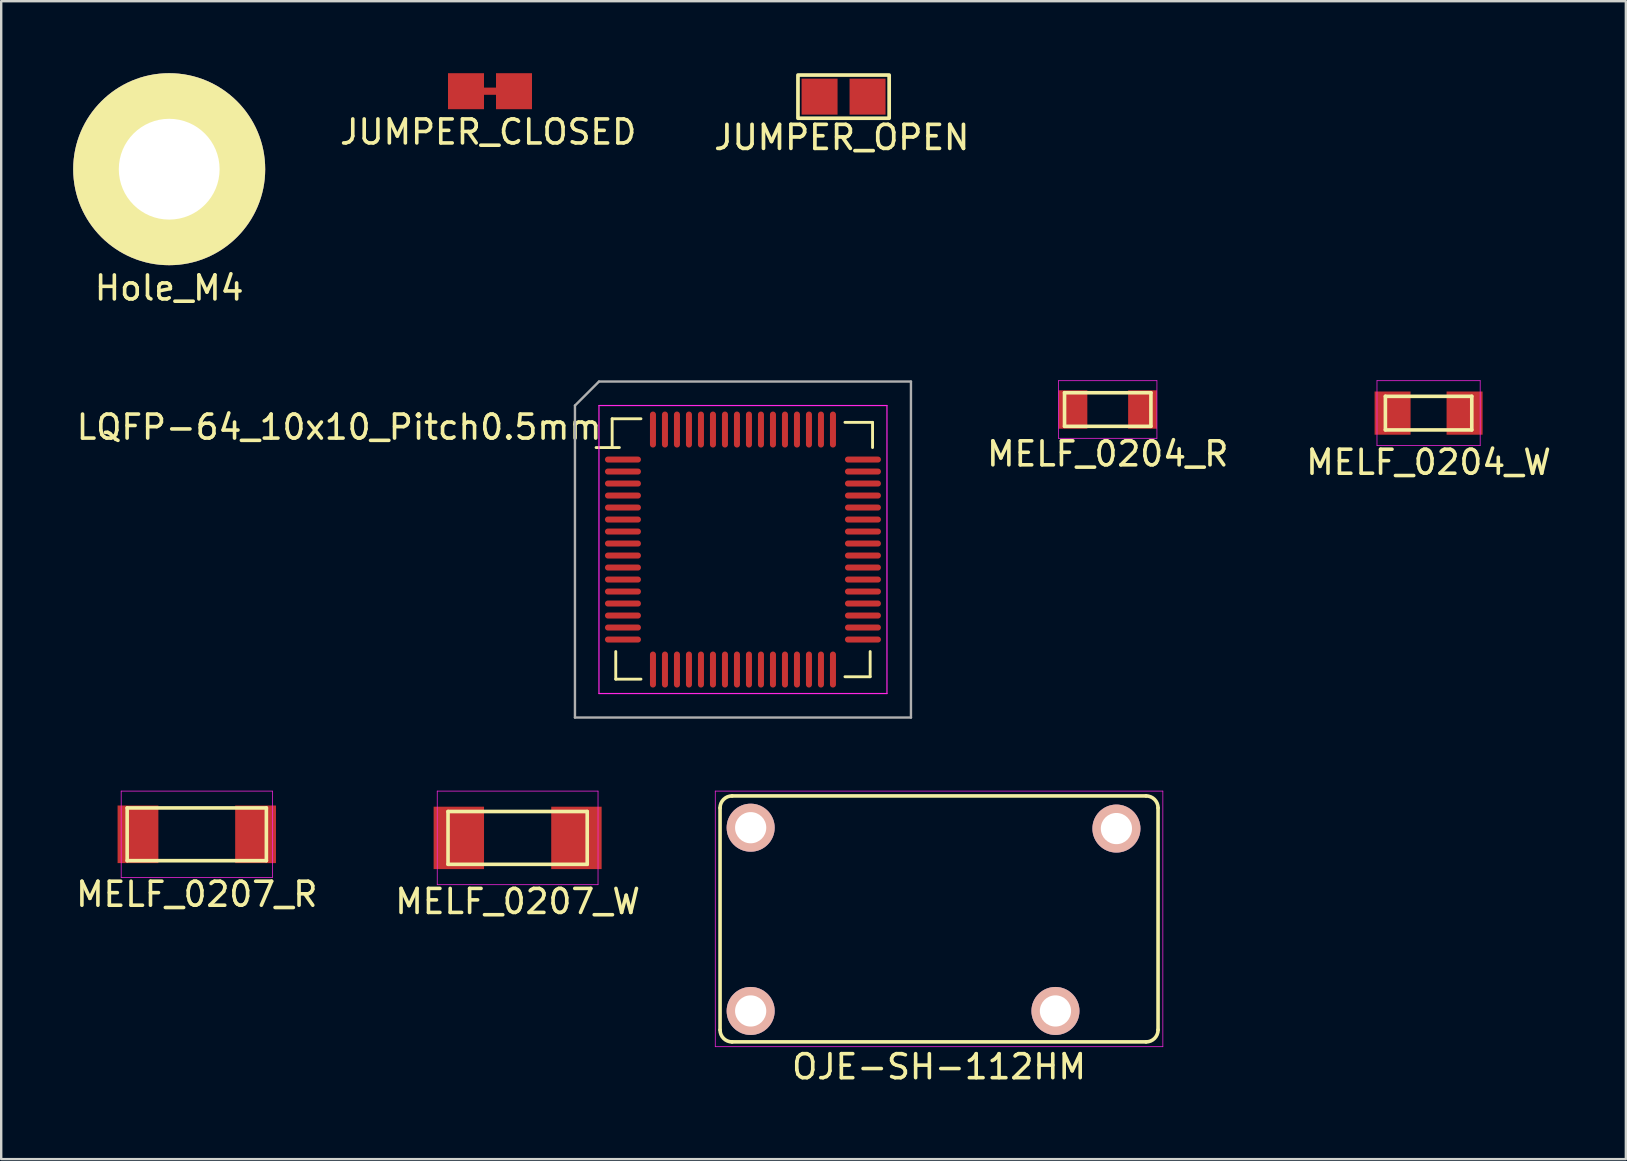
<source format=kicad_pcb>
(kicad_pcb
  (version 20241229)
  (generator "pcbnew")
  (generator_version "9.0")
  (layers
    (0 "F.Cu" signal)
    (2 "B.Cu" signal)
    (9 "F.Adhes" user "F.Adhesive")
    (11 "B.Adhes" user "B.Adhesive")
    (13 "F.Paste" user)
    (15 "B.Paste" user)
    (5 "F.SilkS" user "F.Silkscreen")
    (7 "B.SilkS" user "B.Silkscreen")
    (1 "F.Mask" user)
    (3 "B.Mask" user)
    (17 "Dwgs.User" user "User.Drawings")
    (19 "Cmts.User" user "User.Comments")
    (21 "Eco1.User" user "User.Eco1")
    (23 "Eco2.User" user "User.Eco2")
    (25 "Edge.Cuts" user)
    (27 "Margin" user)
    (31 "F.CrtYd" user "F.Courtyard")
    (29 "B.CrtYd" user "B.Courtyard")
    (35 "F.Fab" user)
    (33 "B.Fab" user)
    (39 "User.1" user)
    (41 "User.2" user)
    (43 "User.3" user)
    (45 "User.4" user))
  (footprint "MELF_0204_W"
    (layer "F.Cu")
    (at 56.475 14.163)
    (property "Reference" "MELF_0204_W" (at 0 2.05 0) (layer "F.SilkS") (effects (font (size 1 1) (thickness 0.15))))
    (attr smd)
    (fp_line (start -1.8 -0.7) (end 1.8 -0.7) (stroke (width 0.15) (type solid)) (layer "F.SilkS"))
    (fp_line (start -1.8 0.7) (end -1.8 -0.7) (stroke (width 0.15) (type solid)) (layer "F.SilkS"))
    (fp_line (start 1.8 -0.7) (end 1.8 0.7) (stroke (width 0.15) (type solid)) (layer "F.SilkS"))
    (fp_line (start 1.8 0.7) (end -1.8 0.7) (stroke (width 0.15) (type solid)) (layer "F.SilkS"))
    (fp_line (start -2.15 -1.35) (end -2.15 1.35) (stroke (width 0.03) (type solid)) (layer "F.CrtYd"))
    (fp_line (start -2.15 1.35) (end 2.15 1.35) (stroke (width 0.03) (type solid)) (layer "F.CrtYd"))
    (fp_line (start 2.15 -1.35) (end -2.15 -1.35) (stroke (width 0.03) (type solid)) (layer "F.CrtYd"))
    (fp_line (start 2.15 1.35) (end 2.15 -1.35) (stroke (width 0.03) (type solid)) (layer "F.CrtYd"))
    (pad "1" smd rect (at -1.5 0) (size 1.5 1.8) (layers "F.Cu" "F.Mask" "F.Paste"))
    (pad "2" smd rect (at 1.5 0) (size 1.5 1.8) (layers "F.Cu" "F.Mask" "F.Paste")))
  (footprint "MELF_0204_R"
    (layer "F.Cu")
    (at 43.106 14.013)
    (property "Reference" "MELF_0204_R" (at 0 1.85 0) (layer "F.SilkS") (effects (font (size 1 1) (thickness 0.15))))
    (attr smd)
    (fp_line (start -1.8 -0.7) (end 1.8 -0.7) (stroke (width 0.15) (type solid)) (layer "F.SilkS"))
    (fp_line (start -1.8 0.7) (end -1.8 -0.7) (stroke (width 0.15) (type solid)) (layer "F.SilkS"))
    (fp_line (start 1.8 -0.7) (end 1.8 0.7) (stroke (width 0.15) (type solid)) (layer "F.SilkS"))
    (fp_line (start 1.8 0.7) (end -1.8 0.7) (stroke (width 0.15) (type solid)) (layer "F.SilkS"))
    (fp_line (start -2.05 1.2) (end -2.05 -1.2) (stroke (width 0.03) (type solid)) (layer "F.CrtYd"))
    (fp_line (start -2.05 1.2) (end 2.05 1.2) (stroke (width 0.03) (type solid)) (layer "F.CrtYd"))
    (fp_line (start 2.05 -1.2) (end -2.05 -1.2) (stroke (width 0.03) (type solid)) (layer "F.CrtYd"))
    (fp_line (start 2.05 -1.2) (end 2.05 1.2) (stroke (width 0.03) (type solid)) (layer "F.CrtYd"))
    (pad "1" smd rect (at -1.45 0) (size 1.2 1.6) (layers "F.Cu" "F.Mask" "F.Paste"))
    (pad "2" smd rect (at 1.45 0) (size 1.2 1.6) (layers "F.Cu" "F.Mask" "F.Paste")))
  (footprint "MELF_0207_R"
    (layer "F.Cu")
    (at 5.149 31.713)
    (property "Reference" "MELF_0207_R" (at 0 2.5 0) (layer "F.SilkS") (effects (font (size 1 1) (thickness 0.15))))
    (attr smd)
    (fp_line (start -2.9 -1.1) (end 2.9 -1.1) (stroke (width 0.15) (type solid)) (layer "F.SilkS"))
    (fp_line (start -2.9 1.1) (end -2.9 -1.1) (stroke (width 0.15) (type solid)) (layer "F.SilkS"))
    (fp_line (start 2.9 -1.1) (end 2.9 1.1) (stroke (width 0.15) (type solid)) (layer "F.SilkS"))
    (fp_line (start 2.9 1.1) (end -2.9 1.1) (stroke (width 0.15) (type solid)) (layer "F.SilkS"))
    (fp_line (start -3.15 -1.8) (end -3.15 1.8) (stroke (width 0.03) (type solid)) (layer "F.CrtYd"))
    (fp_line (start -3.15 1.8) (end 3.15 1.8) (stroke (width 0.03) (type solid)) (layer "F.CrtYd"))
    (fp_line (start 3.15 -1.8) (end -3.15 -1.8) (stroke (width 0.03) (type solid)) (layer "F.CrtYd"))
    (fp_line (start 3.15 1.8) (end 3.15 -1.8) (stroke (width 0.03) (type solid)) (layer "F.CrtYd"))
    (pad "1" smd rect (at -2.45 0) (size 1.7 2.4) (layers "F.Cu" "F.Mask" "F.Paste"))
    (pad "2" smd rect (at 2.45 0) (size 1.7 2.4) (layers "F.Cu" "F.Mask" "F.Paste")))
  (footprint "OJE-SH-112HM"
    (layer "F.Cu")
    (at 36.078 35.274)
    (property "Reference" "OJE-SH-112HM" (at 0 6.125 0) (layer "F.SilkS") (effects (font (size 1 1) (thickness 0.15))))
    (attr through_hole)
    (fp_line (start -9.125 -4.661) (end -9.125 4.589) (stroke (width 0.15) (type solid)) (layer "F.SilkS"))
    (fp_line (start -8.625 5.089) (end 8.625 5.089) (stroke (width 0.15) (type solid)) (layer "F.SilkS"))
    (fp_line (start 8.625 -5.161) (end -8.625 -5.161) (stroke (width 0.15) (type solid)) (layer "F.SilkS"))
    (fp_line (start 9.125 4.589) (end 9.125 -4.661) (stroke (width 0.15) (type solid)) (layer "F.SilkS"))
    (fp_arc (start -9.125 -4.660676) (mid -8.978553 -5.014229) (end -8.625 -5.160676) (stroke (width 0.15) (type solid)) (layer "F.SilkS"))
    (fp_arc (start -8.625 5.089324) (mid -8.978553 4.942877) (end -9.125 4.589324) (stroke (width 0.15) (type solid)) (layer "F.SilkS"))
    (fp_arc (start 8.625 -5.160676) (mid 8.978553 -5.014229) (end 9.125 -4.660676) (stroke (width 0.15) (type solid)) (layer "F.SilkS"))
    (fp_arc (start 9.125 4.589324) (mid 8.978553 4.942877) (end 8.625 5.089324) (stroke (width 0.15) (type solid)) (layer "F.SilkS"))
    (fp_line (start -9.325 -5.361) (end -9.325 5.289) (stroke (width 0.03) (type solid)) (layer "F.CrtYd"))
    (fp_line (start -9.325 5.289) (end 9.325 5.289) (stroke (width 0.03) (type solid)) (layer "F.CrtYd"))
    (fp_line (start 9.325 -5.361) (end -9.325 -5.361) (stroke (width 0.03) (type solid)) (layer "F.CrtYd"))
    (fp_line (start 9.325 5.289) (end 9.325 -5.361) (stroke (width 0.03) (type solid)) (layer "F.CrtYd"))
    (pad "13" thru_hole circle (at 4.85 3.8) (size 2 2) (drill 1.3) (layers "*.Cu" "*.Mask" "B.SilkS"))
    (pad "14" thru_hole circle (at 7.39 -3.8) (size 2 2) (drill 1.3) (layers "*.Cu" "*.Mask" "B.SilkS"))
    (pad "A1" thru_hole circle (at -7.85 3.8) (size 2 2) (drill 1.3) (layers "*.Cu" "*.Mask" "B.SilkS"))
    (pad "A2" thru_hole circle (at -7.85 -3.836) (size 2 2) (drill 1.3) (layers "*.Cu" "*.Mask" "B.SilkS")))
  (footprint "JUMPER_OPEN"
    (layer "F.Cu")
    (at 32.099 0.977)
    (property "Reference" "JUMPER_OPEN" (at -0.075 1.7 0) (layer "F.SilkS") (effects (font (size 1 1) (thickness 0.154))))
    (attr exclude_from_pos_files exclude_from_bom)
    (fp_rect (start -1.9 -0.9) (end 1.9 0.9) (stroke (width 0.154) (type default)) (fill no) (layer "F.SilkS"))
    (pad "1" smd rect (at -1 0) (size 1.5 1.5) (layers "F.Cu" "F.Mask" "F.Paste"))
    (pad "2" smd rect (at 1 0) (size 1.5 1.5) (layers "F.Cu" "F.Mask" "F.Paste")))
  (footprint "LQFP-64_10x10_Pitch0.5mm"
    (layer "F.Cu")
    (at 27.907 19.848)
    (property "Reference" "LQFP-64_10x10_Pitch0.5mm" (at -5.8 -5.1 0) (layer "F.SilkS") (effects (font (size 1 1) (thickness 0.15)) (justify right)))
    (attr smd)
    (fp_line (start -6.12 -4.25) (end -5.15 -4.25) (stroke (width 0.12) (type solid)) (layer "F.SilkS"))
    (fp_line (start -5.45 -5.45) (end -5.45 -4.25) (stroke (width 0.12) (type solid)) (layer "F.SilkS"))
    (fp_line (start -5.3 5.4) (end -5.3 4.25) (stroke (width 0.12) (type solid)) (layer "F.SilkS"))
    (fp_line (start -4.25 -5.45) (end -5.45 -5.45) (stroke (width 0.12) (type solid)) (layer "F.SilkS"))
    (fp_line (start -4.25 5.4) (end -5.3 5.4) (stroke (width 0.12) (type solid)) (layer "F.SilkS"))
    (fp_line (start 4.25 -5.3) (end 5.4 -5.3) (stroke (width 0.12) (type solid)) (layer "F.SilkS"))
    (fp_line (start 4.25 5.3) (end 5.3 5.3) (stroke (width 0.12) (type solid)) (layer "F.SilkS"))
    (fp_line (start 5.3 5.3) (end 5.3 4.25) (stroke (width 0.12) (type solid)) (layer "F.SilkS"))
    (fp_line (start 5.4 -5.3) (end 5.4 -4.25) (stroke (width 0.12) (type solid)) (layer "F.SilkS"))
    (fp_line (start -6 -6) (end 6 -6) (stroke (width 0.05) (type solid)) (layer "F.CrtYd"))
    (fp_line (start -6 6) (end -6 -6) (stroke (width 0.05) (type solid)) (layer "F.CrtYd"))
    (fp_line (start 6 -6) (end 6 6) (stroke (width 0.05) (type solid)) (layer "F.CrtYd"))
    (fp_line (start 6 6) (end -6 6) (stroke (width 0.05) (type solid)) (layer "F.CrtYd"))
    (fp_line (start -7 -6) (end -7 7) (stroke (width 0.1) (type solid)) (layer "F.Fab"))
    (fp_line (start -7 7) (end 7 7) (stroke (width 0.1) (type solid)) (layer "F.Fab"))
    (fp_line (start -6 -7) (end -7 -6) (stroke (width 0.1) (type solid)) (layer "F.Fab"))
    (fp_line (start 7 -7) (end -6 -7) (stroke (width 0.1) (type solid)) (layer "F.Fab"))
    (fp_line (start 7 7) (end 7 -7) (stroke (width 0.1) (type solid)) (layer "F.Fab"))
    (pad "1" smd oval (at -5 -3.75 90) (size 0.25 1.5) (layers "F.Cu" "F.Mask" "F.Paste"))
    (pad "2" smd oval (at -5 -3.25 90) (size 0.25 1.5) (layers "F.Cu" "F.Mask" "F.Paste"))
    (pad "3" smd oval (at -5 -2.75 90) (size 0.25 1.5) (layers "F.Cu" "F.Mask" "F.Paste"))
    (pad "4" smd oval (at -5 -2.25 90) (size 0.25 1.5) (layers "F.Cu" "F.Mask" "F.Paste"))
    (pad "5" smd oval (at -5 -1.75 90) (size 0.25 1.5) (layers "F.Cu" "F.Mask" "F.Paste"))
    (pad "6" smd oval (at -5 -1.25 90) (size 0.25 1.5) (layers "F.Cu" "F.Mask" "F.Paste"))
    (pad "7" smd oval (at -5 -0.75 90) (size 0.25 1.5) (layers "F.Cu" "F.Mask" "F.Paste"))
    (pad "8" smd oval (at -5 -0.25 90) (size 0.25 1.5) (layers "F.Cu" "F.Mask" "F.Paste"))
    (pad "9" smd oval (at -5 0.25 90) (size 0.25 1.5) (layers "F.Cu" "F.Mask" "F.Paste"))
    (pad "10" smd oval (at -5 0.75 90) (size 0.25 1.5) (layers "F.Cu" "F.Mask" "F.Paste"))
    (pad "11" smd oval (at -5 1.25 90) (size 0.25 1.5) (layers "F.Cu" "F.Mask" "F.Paste"))
    (pad "12" smd oval (at -5 1.75 90) (size 0.25 1.5) (layers "F.Cu" "F.Mask" "F.Paste"))
    (pad "13" smd oval (at -5 2.25 90) (size 0.25 1.5) (layers "F.Cu" "F.Mask" "F.Paste"))
    (pad "14" smd oval (at -5 2.75 90) (size 0.25 1.5) (layers "F.Cu" "F.Mask" "F.Paste"))
    (pad "15" smd oval (at -5 3.25 90) (size 0.25 1.5) (layers "F.Cu" "F.Mask" "F.Paste"))
    (pad "16" smd oval (at -5 3.75 90) (size 0.25 1.5) (layers "F.Cu" "F.Mask" "F.Paste"))
    (pad "17" smd oval (at -3.75 5) (size 0.25 1.5) (layers "F.Cu" "F.Mask" "F.Paste"))
    (pad "18" smd oval (at -3.25 5) (size 0.25 1.5) (layers "F.Cu" "F.Mask" "F.Paste"))
    (pad "19" smd oval (at -2.75 5) (size 0.25 1.5) (layers "F.Cu" "F.Mask" "F.Paste"))
    (pad "20" smd oval (at -2.25 5) (size 0.25 1.5) (layers "F.Cu" "F.Mask" "F.Paste"))
    (pad "21" smd oval (at -1.75 5) (size 0.25 1.5) (layers "F.Cu" "F.Mask" "F.Paste"))
    (pad "22" smd oval (at -1.25 5) (size 0.25 1.5) (layers "F.Cu" "F.Mask" "F.Paste"))
    (pad "23" smd oval (at -0.75 5) (size 0.25 1.5) (layers "F.Cu" "F.Mask" "F.Paste"))
    (pad "24" smd oval (at -0.25 5) (size 0.25 1.5) (layers "F.Cu" "F.Mask" "F.Paste"))
    (pad "25" smd oval (at 0.25 5) (size 0.25 1.5) (layers "F.Cu" "F.Mask" "F.Paste"))
    (pad "26" smd oval (at 0.75 5) (size 0.25 1.5) (layers "F.Cu" "F.Mask" "F.Paste"))
    (pad "27" smd oval (at 1.25 5) (size 0.25 1.5) (layers "F.Cu" "F.Mask" "F.Paste"))
    (pad "28" smd oval (at 1.75 5) (size 0.25 1.5) (layers "F.Cu" "F.Mask" "F.Paste"))
    (pad "29" smd oval (at 2.25 5) (size 0.25 1.5) (layers "F.Cu" "F.Mask" "F.Paste"))
    (pad "30" smd oval (at 2.75 5) (size 0.25 1.5) (layers "F.Cu" "F.Mask" "F.Paste"))
    (pad "31" smd oval (at 3.25 5) (size 0.25 1.5) (layers "F.Cu" "F.Mask" "F.Paste"))
    (pad "32" smd oval (at 3.75 5) (size 0.25 1.5) (layers "F.Cu" "F.Mask" "F.Paste"))
    (pad "33" smd oval (at 5 3.75 90) (size 0.25 1.5) (layers "F.Cu" "F.Mask" "F.Paste"))
    (pad "34" smd oval (at 5 3.25 90) (size 0.25 1.5) (layers "F.Cu" "F.Mask" "F.Paste"))
    (pad "35" smd oval (at 5 2.75 90) (size 0.25 1.5) (layers "F.Cu" "F.Mask" "F.Paste"))
    (pad "36" smd oval (at 5 2.25 90) (size 0.25 1.5) (layers "F.Cu" "F.Mask" "F.Paste"))
    (pad "37" smd oval (at 5 1.75 90) (size 0.25 1.5) (layers "F.Cu" "F.Mask" "F.Paste"))
    (pad "38" smd oval (at 5 1.25 90) (size 0.25 1.5) (layers "F.Cu" "F.Mask" "F.Paste"))
    (pad "39" smd oval (at 5 0.75 90) (size 0.25 1.5) (layers "F.Cu" "F.Mask" "F.Paste"))
    (pad "40" smd oval (at 5 0.25 90) (size 0.25 1.5) (layers "F.Cu" "F.Mask" "F.Paste"))
    (pad "41" smd oval (at 5 -0.25 90) (size 0.25 1.5) (layers "F.Cu" "F.Mask" "F.Paste"))
    (pad "42" smd oval (at 5 -0.75 90) (size 0.25 1.5) (layers "F.Cu" "F.Mask" "F.Paste"))
    (pad "43" smd oval (at 5 -1.25 90) (size 0.25 1.5) (layers "F.Cu" "F.Mask" "F.Paste"))
    (pad "44" smd oval (at 5 -1.75 90) (size 0.25 1.5) (layers "F.Cu" "F.Mask" "F.Paste"))
    (pad "45" smd oval (at 5 -2.25 90) (size 0.25 1.5) (layers "F.Cu" "F.Mask" "F.Paste"))
    (pad "46" smd oval (at 5 -2.75 90) (size 0.25 1.5) (layers "F.Cu" "F.Mask" "F.Paste"))
    (pad "47" smd oval (at 5 -3.25 90) (size 0.25 1.5) (layers "F.Cu" "F.Mask" "F.Paste"))
    (pad "48" smd oval (at 5 -3.75 90) (size 0.25 1.5) (layers "F.Cu" "F.Mask" "F.Paste"))
    (pad "49" smd oval (at 3.75 -5) (size 0.25 1.5) (layers "F.Cu" "F.Mask" "F.Paste"))
    (pad "50" smd oval (at 3.25 -5) (size 0.25 1.5) (layers "F.Cu" "F.Mask" "F.Paste"))
    (pad "51" smd oval (at 2.75 -5) (size 0.25 1.5) (layers "F.Cu" "F.Mask" "F.Paste"))
    (pad "52" smd oval (at 2.25 -5) (size 0.25 1.5) (layers "F.Cu" "F.Mask" "F.Paste"))
    (pad "53" smd oval (at 1.75 -5) (size 0.25 1.5) (layers "F.Cu" "F.Mask" "F.Paste"))
    (pad "54" smd oval (at 1.25 -5) (size 0.25 1.5) (layers "F.Cu" "F.Mask" "F.Paste"))
    (pad "55" smd oval (at 0.75 -5) (size 0.25 1.5) (layers "F.Cu" "F.Mask" "F.Paste"))
    (pad "56" smd oval (at 0.25 -5) (size 0.25 1.5) (layers "F.Cu" "F.Mask" "F.Paste"))
    (pad "57" smd oval (at -0.25 -5) (size 0.25 1.5) (layers "F.Cu" "F.Mask" "F.Paste"))
    (pad "58" smd oval (at -0.75 -5) (size 0.25 1.5) (layers "F.Cu" "F.Mask" "F.Paste"))
    (pad "59" smd oval (at -1.25 -5) (size 0.25 1.5) (layers "F.Cu" "F.Mask" "F.Paste"))
    (pad "60" smd oval (at -1.75 -5) (size 0.25 1.5) (layers "F.Cu" "F.Mask" "F.Paste"))
    (pad "61" smd oval (at -2.25 -5) (size 0.25 1.5) (layers "F.Cu" "F.Mask" "F.Paste"))
    (pad "62" smd oval (at -2.75 -5) (size 0.25 1.5) (layers "F.Cu" "F.Mask" "F.Paste"))
    (pad "63" smd oval (at -3.25 -5) (size 0.25 1.5) (layers "F.Cu" "F.Mask" "F.Paste"))
    (pad "64" smd oval (at -3.75 -5) (size 0.25 1.5) (layers "F.Cu" "F.Mask" "F.Paste")))
  (footprint "Hole_M4"
    (layer "F.Cu")
    (at 4 4)
    (property "Reference" "Hole_M4" (at 0 4.95 0) (layer "F.SilkS") (effects (font (size 1 1) (thickness 0.15))))
    (attr exclude_from_pos_files exclude_from_bom)
    (pad "1" thru_hole circle (at 0 0) (size 8 8) (drill 4.2) (layers "*.Cu" "*.Mask" "F.SilkS")))
  (footprint "MELF_0207_W"
    (layer "F.Cu")
    (at 18.518 31.863)
    (property "Reference" "MELF_0207_W" (at 0 2.65 0) (layer "F.SilkS") (effects (font (size 1 1) (thickness 0.15))))
    (attr smd)
    (fp_line (start -2.9 -1.1) (end 2.9 -1.1) (stroke (width 0.15) (type solid)) (layer "F.SilkS"))
    (fp_line (start -2.9 1.1) (end -2.9 -1.1) (stroke (width 0.15) (type solid)) (layer "F.SilkS"))
    (fp_line (start 2.9 -1.1) (end 2.9 1.1) (stroke (width 0.15) (type solid)) (layer "F.SilkS"))
    (fp_line (start 2.9 1.1) (end -2.9 1.1) (stroke (width 0.15) (type solid)) (layer "F.SilkS"))
    (fp_line (start -3.35 -1.95) (end 3.35 -1.95) (stroke (width 0.03) (type solid)) (layer "F.CrtYd"))
    (fp_line (start -3.35 1.95) (end -3.35 -1.95) (stroke (width 0.03) (type solid)) (layer "F.CrtYd"))
    (fp_line (start 3.35 -1.95) (end 3.35 1.95) (stroke (width 0.03) (type solid)) (layer "F.CrtYd"))
    (fp_line (start 3.35 1.95) (end -3.35 1.95) (stroke (width 0.03) (type solid)) (layer "F.CrtYd"))
    (pad "1" smd rect (at -2.45 0) (size 2.1 2.6) (layers "F.Cu" "F.Mask" "F.Paste"))
    (pad "2" smd rect (at 2.45 0) (size 2.1 2.6) (layers "F.Cu" "F.Mask" "F.Paste")))
  (footprint "JUMPER_CLOSED"
    (layer "F.Cu")
    (at 17.367 0.75)
    (property "Reference" "JUMPER_CLOSED" (at -0.075 1.7 0) (layer "F.SilkS") (effects (font (size 1 1) (thickness 0.15))))
    (attr exclude_from_pos_files exclude_from_bom)
    (fp_line (start 0.51 0) (end -0.51 0) (stroke (width 0.3) (type solid)) (layer "F.Cu"))
    (pad "1" smd rect (at -1 0) (size 1.5 1.5) (layers "F.Cu" "F.Mask" "F.Paste"))
    (pad "2" smd rect (at 1 0) (size 1.5 1.5) (layers "F.Cu" "F.Mask" "F.Paste")))
  (gr_rect
    (start -3 -3)
    (end 64.695 45.247)
    (stroke (width 0.1) (type default))
    (fill no)
    (layer "Edge.Cuts")))
</source>
